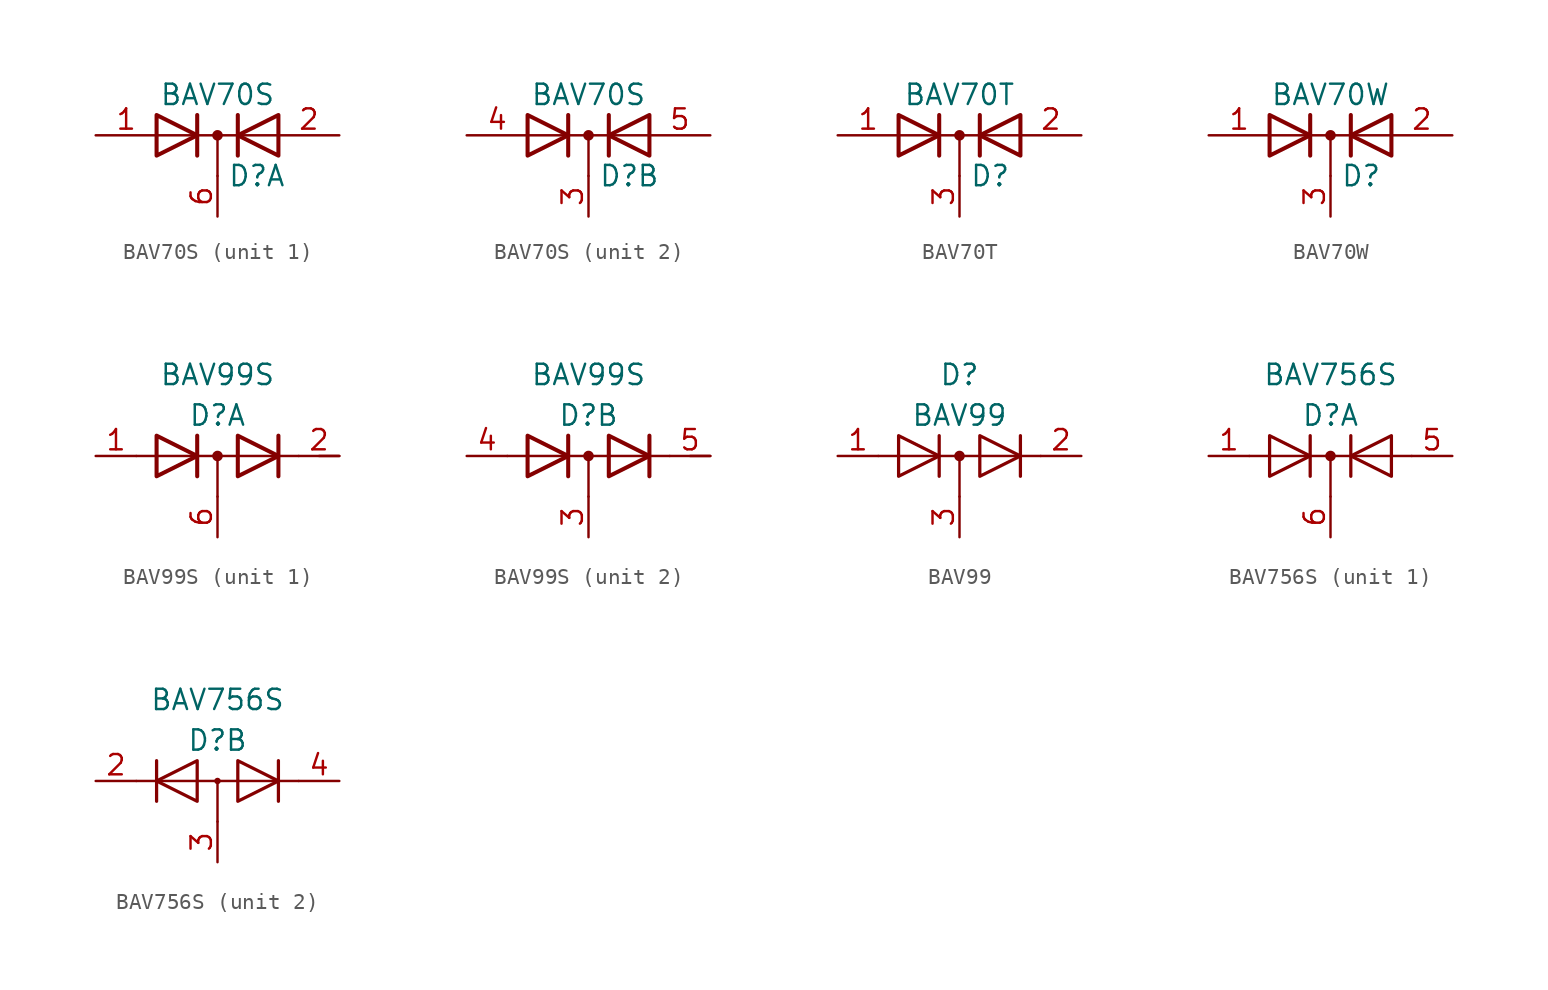
<source format=kicad_sym>
(kicad_symbol_lib
  (version 20201005)
  (generator kicad_symbol_editor)
  (symbol "Diode:BAV70S"
    (pin_names
      (offset 0.762) hide)
    (property "Reference" "D"
      (at 0.635 -2.54 0)
      (effects (font (size 1.27 1.27)) (justify left)))
    (property "Value" "BAV70S"
      (at 0 2.54 0)
      (effects (font (size 1.27 1.27))))
    (symbol "BAV70S_0_1"
      (circle (center 0 0) (radius 0.254) (stroke (width 0)) (fill (type outline)))
      (polyline (pts (xy -3.81 0) (xy 3.81 0)) (stroke (width 0)) (fill (type none)))
      (polyline (pts (xy 0 0) (xy 0 -2.54)) (stroke (width 0)) (fill (type none)))
      (polyline (pts (xy -1.27 -1.27) (xy -1.27 1.27) (xy -1.27 1.27)) (stroke (width 0.254)) (fill (type none)))
      (polyline (pts (xy 1.27 -1.27) (xy 1.27 1.27) (xy 1.27 1.27)) (stroke (width 0.254)) (fill (type none)))
      (polyline (pts (xy -3.81 1.27) (xy -1.27 0) (xy -3.81 -1.27) (xy -3.81 1.27) (xy -3.81 1.27) (xy -3.81 1.27)) (stroke (width 0.254)) (fill (type none)))
      (polyline (pts (xy 3.81 -1.27) (xy 1.27 0) (xy 3.81 1.27) (xy 3.81 -1.27) (xy 3.81 -1.27) (xy 3.81 -1.27)) (stroke (width 0.254)) (fill (type none))))
    (symbol "BAV70S_1_1"
      (pin passive line (at -7.62 0 0) (length 3.81) (name "A" (effects (font (size 1.27 1.27)))) (number "1" (effects (font (size 1.27 1.27)))))
      (pin passive line (at 7.62 0 180) (length 3.81) (name "A" (effects (font (size 1.27 1.27)))) (number "2" (effects (font (size 1.27 1.27)))))
      (pin passive line (at 0 -5.08 90) (length 2.54) (name "K" (effects (font (size 1.27 1.27)))) (number "6" (effects (font (size 1.27 1.27))))))
    (symbol "BAV70S_2_1"
      (pin passive line (at 0 -5.08 90) (length 2.54) (name "K" (effects (font (size 1.27 1.27)))) (number "3" (effects (font (size 1.27 1.27)))))
      (pin passive line (at -7.62 0 0) (length 3.81) (name "A" (effects (font (size 1.27 1.27)))) (number "4" (effects (font (size 1.27 1.27)))))
      (pin passive line (at 7.62 0 180) (length 3.81) (name "A" (effects (font (size 1.27 1.27)))) (number "5" (effects (font (size 1.27 1.27)))))))
  (symbol "Diode:BAV70T"
    (pin_names
      (offset 0.762) hide)
    (property "Reference" "D"
      (at 0.635 -2.54 0)
      (effects (font (size 1.27 1.27)) (justify left)))
    (property "Value" "BAV70T"
      (at 0 2.54 0)
      (effects (font (size 1.27 1.27))))
    (symbol "BAV70T_0_1"
      (circle (center 0 0) (radius 0.254) (stroke (width 0)) (fill (type outline)))
      (polyline (pts (xy -3.81 0) (xy 3.81 0)) (stroke (width 0)) (fill (type none)))
      (polyline (pts (xy 0 0) (xy 0 -2.54)) (stroke (width 0)) (fill (type none)))
      (polyline (pts (xy -1.27 -1.27) (xy -1.27 1.27) (xy -1.27 1.27)) (stroke (width 0.254)) (fill (type none)))
      (polyline (pts (xy 1.27 -1.27) (xy 1.27 1.27) (xy 1.27 1.27)) (stroke (width 0.254)) (fill (type none)))
      (polyline (pts (xy -3.81 1.27) (xy -1.27 0) (xy -3.81 -1.27) (xy -3.81 1.27) (xy -3.81 1.27) (xy -3.81 1.27)) (stroke (width 0.254)) (fill (type none)))
      (polyline (pts (xy 3.81 -1.27) (xy 1.27 0) (xy 3.81 1.27) (xy 3.81 -1.27) (xy 3.81 -1.27) (xy 3.81 -1.27)) (stroke (width 0.254)) (fill (type none)))
      (pin passive line (at -7.62 0 0) (length 3.81) (name "A" (effects (font (size 1.27 1.27)))) (number "1" (effects (font (size 1.27 1.27)))))
      (pin passive line (at 7.62 0 180) (length 3.81) (name "A" (effects (font (size 1.27 1.27)))) (number "2" (effects (font (size 1.27 1.27)))))
      (pin passive line (at 0 -5.08 90) (length 2.54) (name "K" (effects (font (size 1.27 1.27)))) (number "3" (effects (font (size 1.27 1.27)))))))
  (symbol "Diode:BAV70W"
    (pin_names
      (offset 0.762) hide)
    (property "Reference" "D"
      (at 0.635 -2.54 0)
      (effects (font (size 1.27 1.27)) (justify left)))
    (property "Value" "BAV70W"
      (at 0 2.54 0)
      (effects (font (size 1.27 1.27))))
    (symbol "BAV70W_0_1"
      (circle (center 0 0) (radius 0.254) (stroke (width 0)) (fill (type outline)))
      (polyline (pts (xy -3.81 0) (xy 3.81 0)) (stroke (width 0)) (fill (type none)))
      (polyline (pts (xy 0 0) (xy 0 -2.54)) (stroke (width 0)) (fill (type none)))
      (polyline (pts (xy -1.27 -1.27) (xy -1.27 1.27) (xy -1.27 1.27)) (stroke (width 0.254)) (fill (type none)))
      (polyline (pts (xy 1.27 -1.27) (xy 1.27 1.27) (xy 1.27 1.27)) (stroke (width 0.254)) (fill (type none)))
      (polyline (pts (xy -3.81 1.27) (xy -1.27 0) (xy -3.81 -1.27) (xy -3.81 1.27) (xy -3.81 1.27) (xy -3.81 1.27)) (stroke (width 0.254)) (fill (type none)))
      (polyline (pts (xy 3.81 -1.27) (xy 1.27 0) (xy 3.81 1.27) (xy 3.81 -1.27) (xy 3.81 -1.27) (xy 3.81 -1.27)) (stroke (width 0.254)) (fill (type none)))
      (pin passive line (at -7.62 0 0) (length 3.81) (name "A" (effects (font (size 1.27 1.27)))) (number "1" (effects (font (size 1.27 1.27)))))
      (pin passive line (at 7.62 0 180) (length 3.81) (name "A" (effects (font (size 1.27 1.27)))) (number "2" (effects (font (size 1.27 1.27)))))
      (pin passive line (at 0 -5.08 90) (length 2.54) (name "K" (effects (font (size 1.27 1.27)))) (number "3" (effects (font (size 1.27 1.27)))))))
  (symbol "Diode:BAV99S"
    (pin_names
      (offset 0.025) hide)
    (property "Reference" "D"
      (at 0 2.54 0)
      (effects (font (size 1.27 1.27))))
    (property "Value" "BAV99S"
      (at 0 5.08 0)
      (effects (font (size 1.27 1.27))))
    (property "ki_locked" ""
      (at 0 0 0)
      (effects (font (size 1.27 1.27))))
    (symbol "BAV99S_0_1"
      (circle (center 0 0) (radius 0.254) (stroke (width 0)) (fill (type outline)))
      (polyline (pts (xy -5.08 0) (xy 5.08 0)) (stroke (width 0)) (fill (type none)))
      (polyline (pts (xy 0 0) (xy 0 -2.54)) (stroke (width 0)) (fill (type none)))
      (polyline (pts (xy -1.27 -1.27) (xy -1.27 1.27) (xy -1.27 1.27)) (stroke (width 0.254)) (fill (type none)))
      (polyline (pts (xy 3.81 1.27) (xy 3.81 -1.27) (xy 3.81 -1.27)) (stroke (width 0.254)) (fill (type none)))
      (polyline (pts (xy -3.81 1.27) (xy -1.27 0) (xy -3.81 -1.27) (xy -3.81 1.27) (xy -3.81 1.27) (xy -3.81 1.27)) (stroke (width 0.254)) (fill (type none)))
      (polyline (pts (xy 1.27 1.27) (xy 3.81 0) (xy 1.27 -1.27) (xy 1.27 1.27) (xy 1.27 1.27) (xy 1.27 1.27)) (stroke (width 0.254)) (fill (type none))))
    (symbol "BAV99S_1_1"
      (polyline (pts (xy 6.35 0) (xy 7.62 0)) (stroke (width 0)) (fill (type none)))
      (pin passive line (at -7.62 0 0) (length 2.54) (name "A1" (effects (font (size 1.27 1.27)))) (number "1" (effects (font (size 1.27 1.27)))))
      (pin passive line (at 7.62 0 180) (length 2.54) (name "K2" (effects (font (size 1.27 1.27)))) (number "2" (effects (font (size 1.27 1.27)))))
      (pin passive line (at 0 -5.08 90) (length 2.54) (name "K3A4" (effects (font (size 1.27 1.27)))) (number "6" (effects (font (size 1.27 1.27))))))
    (symbol "BAV99S_2_1"
      (polyline (pts (xy 6.35 0) (xy 7.62 0)) (stroke (width 0)) (fill (type none)))
      (pin passive line (at 0 -5.08 90) (length 2.54) (name "K1A2" (effects (font (size 1.27 1.27)))) (number "3" (effects (font (size 1.27 1.27)))))
      (pin passive line (at -7.62 0 0) (length 2.54) (name "A3" (effects (font (size 1.27 1.27)))) (number "4" (effects (font (size 1.27 1.27)))))
      (pin passive line (at 7.62 0 180) (length 2.54) (name "K4" (effects (font (size 1.27 1.27)))) (number "5" (effects (font (size 1.27 1.27)))))))
  (symbol "Diode:BAV99"
    (pin_names hide)
    (property "Reference" "D"
      (at 0 5.08 0)
      (effects (font (size 1.27 1.27))))
    (property "Value" "BAV99"
      (at 0 2.54 0)
      (effects (font (size 1.27 1.27))))
    (symbol "BAV99_0_1"
      (polyline (pts (xy -5.08 0) (xy 5.08 0)) (stroke (width 0)) (fill (type none))))
    (symbol "BAV99_1_1"
      (circle (center 0 0) (radius 0.254) (stroke (width 0)) (fill (type outline)))
      (polyline (pts (xy 0 0) (xy 0 -2.54)) (stroke (width 0)) (fill (type none)))
      (polyline (pts (xy -1.27 -1.27) (xy -1.27 1.27) (xy -1.27 1.27)) (stroke (width 0.203)) (fill (type none)))
      (polyline (pts (xy 3.81 1.27) (xy 3.81 -1.27) (xy 3.81 -1.27)) (stroke (width 0.203)) (fill (type none)))
      (polyline (pts (xy -3.81 1.27) (xy -1.27 0) (xy -3.81 -1.27) (xy -3.81 1.27) (xy -3.81 1.27) (xy -3.81 1.27)) (stroke (width 0.203)) (fill (type none)))
      (polyline (pts (xy 1.27 1.27) (xy 3.81 0) (xy 1.27 -1.27) (xy 1.27 1.27) (xy 1.27 1.27) (xy 1.27 1.27)) (stroke (width 0.203)) (fill (type none)))
      (pin passive line (at -7.62 0 0) (length 2.54) (name "K" (effects (font (size 1.27 1.27)))) (number "1" (effects (font (size 1.27 1.27)))))
      (pin passive line (at 7.62 0 180) (length 2.54) (name "A" (effects (font (size 1.27 1.27)))) (number "2" (effects (font (size 1.27 1.27)))))
      (pin passive line (at 0 -5.08 90) (length 2.54) (name "K" (effects (font (size 1.27 1.27)))) (number "3" (effects (font (size 1.27 1.27)))))))
  (symbol "Diode:BAV756S"
    (pin_names
      (offset 0.025) hide)
    (property "Reference" "D"
      (at 0 2.54 0)
      (effects (font (size 1.27 1.27))))
    (property "Value" "BAV756S"
      (at 0 5.08 0)
      (effects (font (size 1.27 1.27))))
    (property "ki_locked" ""
      (at 0 0 0)
      (effects (font (size 1.27 1.27))))
    (symbol "BAV756S_1_1"
      (circle (center 0 0) (radius 0.254) (stroke (width 0)) (fill (type outline)))
      (polyline (pts (xy -5.08 0) (xy 5.08 0)) (stroke (width 0)) (fill (type none)))
      (polyline (pts (xy 0 0) (xy 0 -2.54)) (stroke (width 0)) (fill (type none)))
      (polyline (pts (xy -1.27 -1.27) (xy -1.27 1.27) (xy -1.27 1.27)) (stroke (width 0.203)) (fill (type none)))
      (polyline (pts (xy 1.27 -1.27) (xy 1.27 1.27) (xy 1.27 1.27)) (stroke (width 0.203)) (fill (type none)))
      (polyline (pts (xy -3.81 1.27) (xy -1.27 0) (xy -3.81 -1.27) (xy -3.81 1.27) (xy -3.81 1.27) (xy -3.81 1.27)) (stroke (width 0.203)) (fill (type none)))
      (polyline (pts (xy 3.81 -1.27) (xy 1.27 0) (xy 3.81 1.27) (xy 3.81 -1.27) (xy 3.81 -1.27) (xy 3.81 -1.27)) (stroke (width 0.203)) (fill (type none)))
      (pin passive line (at -7.62 0 0) (length 2.54) (name "A1" (effects (font (size 1.27 1.27)))) (number "1" (effects (font (size 1.27 1.27)))))
      (pin passive line (at 7.62 0 180) (length 2.54) (name "A4" (effects (font (size 1.27 1.27)))) (number "5" (effects (font (size 1.27 1.27)))))
      (pin passive line (at 0 -5.08 90) (length 2.54) (name "CK" (effects (font (size 1.27 1.27)))) (number "6" (effects (font (size 1.27 1.27))))))
    (symbol "BAV756S_2_1"
      (circle (center 0 0) (radius 0.127) (stroke (width 0)) (fill (type none)))
      (polyline (pts (xy -5.08 0) (xy 5.08 0)) (stroke (width 0)) (fill (type none)))
      (polyline (pts (xy 0 0) (xy 0 -2.54)) (stroke (width 0)) (fill (type none)))
      (polyline (pts (xy -3.81 1.27) (xy -3.81 -1.27) (xy -3.81 -1.27)) (stroke (width 0.203)) (fill (type none)))
      (polyline (pts (xy 3.81 1.27) (xy 3.81 -1.27) (xy 3.81 -1.27)) (stroke (width 0.203)) (fill (type none)))
      (polyline (pts (xy -1.27 -1.27) (xy -3.81 0) (xy -1.27 1.27) (xy -1.27 -1.27) (xy -1.27 -1.27) (xy -1.27 -1.27)) (stroke (width 0.203)) (fill (type none)))
      (polyline (pts (xy 1.27 1.27) (xy 3.81 0) (xy 1.27 -1.27) (xy 1.27 1.27) (xy 1.27 1.27) (xy 1.27 1.27)) (stroke (width 0.203)) (fill (type none)))
      (pin passive line (at -7.62 0 0) (length 2.54) (name "K2" (effects (font (size 1.27 1.27)))) (number "2" (effects (font (size 1.27 1.27)))))
      (pin passive line (at 0 -5.08 90) (length 2.54) (name "CA" (effects (font (size 1.27 1.27)))) (number "3" (effects (font (size 1.27 1.27)))))
      (pin passive line (at 7.62 0 180) (length 2.54) (name "K3" (effects (font (size 1.27 1.27)))) (number "4" (effects (font (size 1.27 1.27))))))))
</source>
